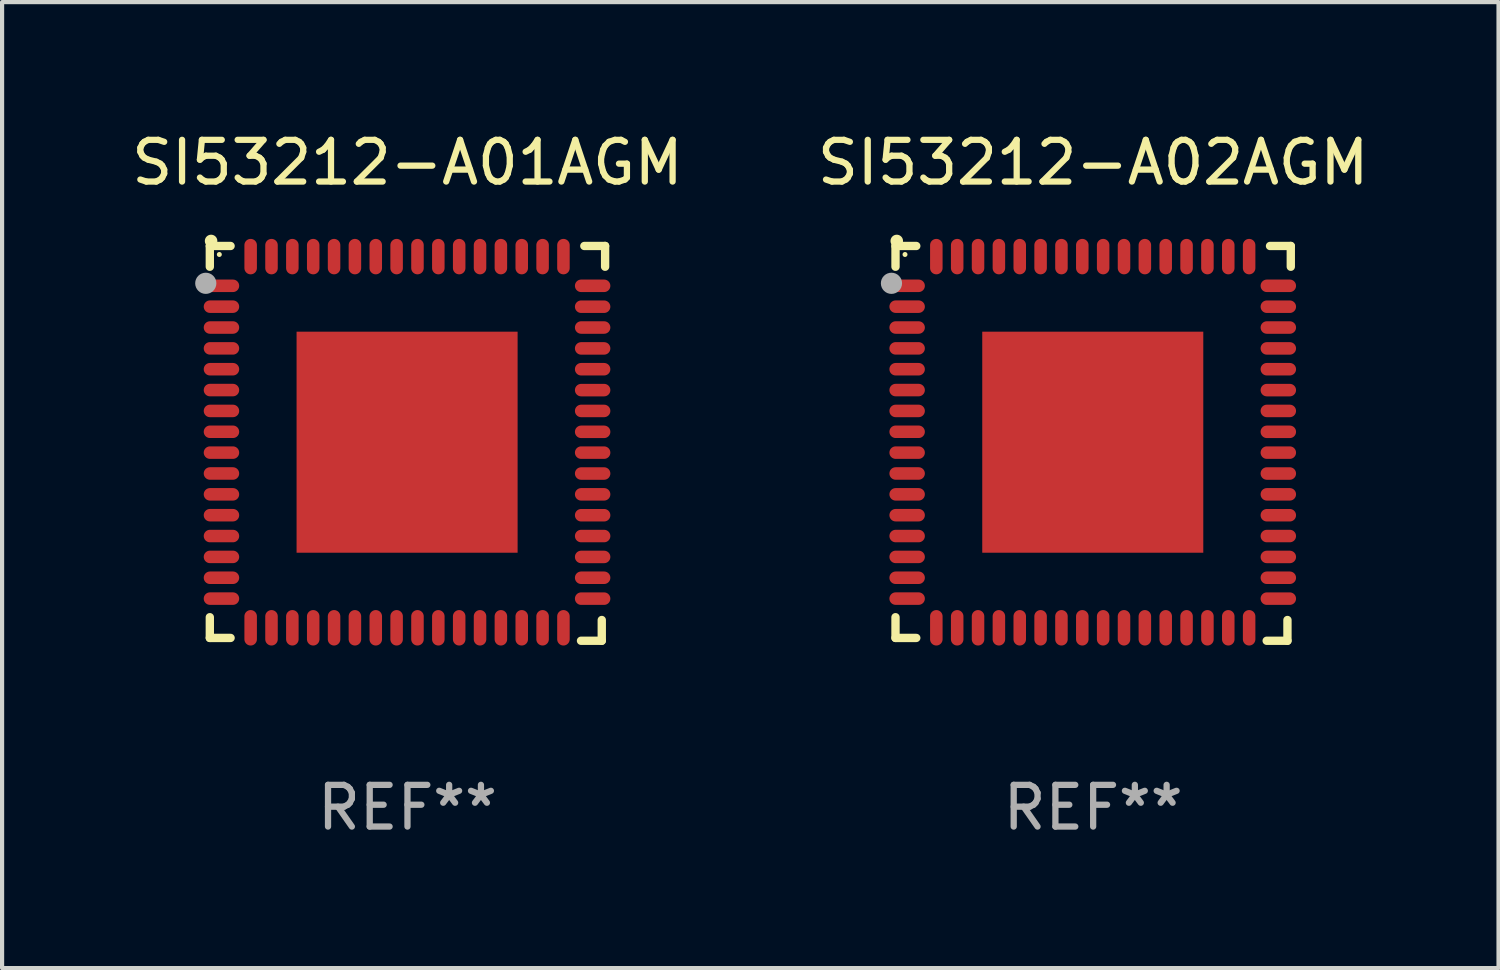
<source format=kicad_pcb>
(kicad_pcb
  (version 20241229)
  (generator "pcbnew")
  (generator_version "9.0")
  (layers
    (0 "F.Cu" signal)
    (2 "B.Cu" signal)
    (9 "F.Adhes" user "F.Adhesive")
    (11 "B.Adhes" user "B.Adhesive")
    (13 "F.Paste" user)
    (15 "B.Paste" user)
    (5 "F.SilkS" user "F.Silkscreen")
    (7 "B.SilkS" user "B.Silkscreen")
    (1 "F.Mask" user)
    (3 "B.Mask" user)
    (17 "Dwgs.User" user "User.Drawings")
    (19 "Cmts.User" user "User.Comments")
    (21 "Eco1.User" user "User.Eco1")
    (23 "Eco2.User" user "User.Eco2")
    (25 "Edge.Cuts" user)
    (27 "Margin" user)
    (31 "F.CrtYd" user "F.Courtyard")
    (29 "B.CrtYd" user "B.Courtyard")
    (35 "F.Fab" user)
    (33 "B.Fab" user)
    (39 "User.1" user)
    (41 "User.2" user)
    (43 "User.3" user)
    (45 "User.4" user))
  (footprint "SI53212-A01AGM"
    (layer "F.Cu")
    (at 6.72 7.581)
    (property "Reference" "SI53212-A01AGM" (at 0 -6.733 0) (layer "F.SilkS") (effects (font (size 1 1) (thickness 0.15))))
    (attr through_hole)
    (fp_line (start -4.739 -4.733) (end -4.241 -4.733) (stroke (width 0.2) (type solid)) (layer "F.SilkS"))
    (fp_line (start -4.739 -4.235) (end -4.739 -4.733) (stroke (width 0.2) (type solid)) (layer "F.SilkS"))
    (fp_line (start -4.739 4.168) (end -4.739 4.665) (stroke (width 0.2) (type solid)) (layer "F.SilkS"))
    (fp_line (start -4.739 4.665) (end -4.241 4.665) (stroke (width 0.2) (type solid)) (layer "F.SilkS"))
    (fp_line (start 4.161 4.733) (end 4.659 4.733) (stroke (width 0.2) (type solid)) (layer "F.SilkS"))
    (fp_line (start 4.241 -4.733) (end 4.739 -4.733) (stroke (width 0.2) (type solid)) (layer "F.SilkS"))
    (fp_line (start 4.659 4.733) (end 4.659 4.235) (stroke (width 0.2) (type solid)) (layer "F.SilkS"))
    (fp_line (start 4.739 -4.733) (end 4.739 -4.235) (stroke (width 0.2) (type solid)) (layer "F.SilkS"))
    (fp_arc (start -4.708623 -4.85108) (mid -4.708628 -4.85235) (end -4.708623 -4.85362) (stroke (width 0.3) (type solid)) (layer "F.SilkS"))
    (fp_circle (center -4.511 -4.529) (end -4.481 -4.529) (stroke (width 0.06) (type solid)) (fill no) (layer "F.SilkS"))
    (fp_circle (center -4.836 -3.838) (end -4.709 -3.838) (stroke (width 0.254) (type solid)) (fill no) (layer "F.Fab"))
    (fp_text user "REF**" (at 0 8.733 0) (layer "F.Fab") (effects (font (size 1 1) (thickness 0.15))))
    (pad "1" smd oval (at -4.46 -3.778) (size 0.85 0.3) (layers "F.Cu" "F.Mask" "F.Paste"))
    (pad "2" smd oval (at -4.46 -3.278) (size 0.85 0.3) (layers "F.Cu" "F.Mask" "F.Paste"))
    (pad "3" smd oval (at -4.46 -2.778) (size 0.85 0.3) (layers "F.Cu" "F.Mask" "F.Paste"))
    (pad "4" smd oval (at -4.46 -2.278) (size 0.85 0.3) (layers "F.Cu" "F.Mask" "F.Paste"))
    (pad "5" smd oval (at -4.46 -1.778) (size 0.85 0.3) (layers "F.Cu" "F.Mask" "F.Paste"))
    (pad "6" smd oval (at -4.46 -1.278) (size 0.85 0.3) (layers "F.Cu" "F.Mask" "F.Paste"))
    (pad "7" smd oval (at -4.46 -0.778) (size 0.85 0.3) (layers "F.Cu" "F.Mask" "F.Paste"))
    (pad "8" smd oval (at -4.46 -0.278) (size 0.85 0.3) (layers "F.Cu" "F.Mask" "F.Paste"))
    (pad "9" smd oval (at -4.46 0.222) (size 0.85 0.3) (layers "F.Cu" "F.Mask" "F.Paste"))
    (pad "10" smd oval (at -4.46 0.722) (size 0.85 0.3) (layers "F.Cu" "F.Mask" "F.Paste"))
    (pad "11" smd oval (at -4.46 1.222) (size 0.85 0.3) (layers "F.Cu" "F.Mask" "F.Paste"))
    (pad "12" smd oval (at -4.46 1.722) (size 0.85 0.3) (layers "F.Cu" "F.Mask" "F.Paste"))
    (pad "13" smd oval (at -4.46 2.222) (size 0.85 0.3) (layers "F.Cu" "F.Mask" "F.Paste"))
    (pad "14" smd oval (at -4.46 2.722) (size 0.85 0.3) (layers "F.Cu" "F.Mask" "F.Paste"))
    (pad "15" smd oval (at -4.46 3.222) (size 0.85 0.3) (layers "F.Cu" "F.Mask" "F.Paste"))
    (pad "16" smd oval (at -4.46 3.722) (size 0.85 0.3) (layers "F.Cu" "F.Mask" "F.Paste"))
    (pad "17" smd oval (at -3.76 4.422) (size 0.3 0.85) (layers "F.Cu" "F.Mask" "F.Paste"))
    (pad "18" smd oval (at -3.26 4.422) (size 0.3 0.85) (layers "F.Cu" "F.Mask" "F.Paste"))
    (pad "19" smd oval (at -2.76 4.422) (size 0.3 0.85) (layers "F.Cu" "F.Mask" "F.Paste"))
    (pad "20" smd oval (at -2.26 4.422) (size 0.3 0.85) (layers "F.Cu" "F.Mask" "F.Paste"))
    (pad "21" smd oval (at -1.76 4.422) (size 0.3 0.85) (layers "F.Cu" "F.Mask" "F.Paste"))
    (pad "22" smd oval (at -1.26 4.422) (size 0.3 0.85) (layers "F.Cu" "F.Mask" "F.Paste"))
    (pad "23" smd oval (at -0.76 4.422) (size 0.3 0.85) (layers "F.Cu" "F.Mask" "F.Paste"))
    (pad "24" smd oval (at -0.26 4.422) (size 0.3 0.85) (layers "F.Cu" "F.Mask" "F.Paste"))
    (pad "25" smd oval (at 0.24 4.422) (size 0.3 0.85) (layers "F.Cu" "F.Mask" "F.Paste"))
    (pad "26" smd oval (at 0.74 4.422) (size 0.3 0.85) (layers "F.Cu" "F.Mask" "F.Paste"))
    (pad "27" smd oval (at 1.24 4.422) (size 0.3 0.85) (layers "F.Cu" "F.Mask" "F.Paste"))
    (pad "28" smd oval (at 1.74 4.422) (size 0.3 0.85) (layers "F.Cu" "F.Mask" "F.Paste"))
    (pad "29" smd oval (at 2.24 4.422) (size 0.3 0.85) (layers "F.Cu" "F.Mask" "F.Paste"))
    (pad "30" smd oval (at 2.74 4.422) (size 0.3 0.85) (layers "F.Cu" "F.Mask" "F.Paste"))
    (pad "31" smd oval (at 3.24 4.422) (size 0.3 0.85) (layers "F.Cu" "F.Mask" "F.Paste"))
    (pad "32" smd oval (at 3.74 4.422) (size 0.3 0.85) (layers "F.Cu" "F.Mask" "F.Paste"))
    (pad "33" smd oval (at 4.44 3.723) (size 0.85 0.3) (layers "F.Cu" "F.Mask" "F.Paste"))
    (pad "34" smd oval (at 4.44 3.222) (size 0.85 0.3) (layers "F.Cu" "F.Mask" "F.Paste"))
    (pad "35" smd oval (at 4.44 2.723) (size 0.85 0.3) (layers "F.Cu" "F.Mask" "F.Paste"))
    (pad "36" smd oval (at 4.44 2.222) (size 0.85 0.3) (layers "F.Cu" "F.Mask" "F.Paste"))
    (pad "37" smd oval (at 4.44 1.723) (size 0.85 0.3) (layers "F.Cu" "F.Mask" "F.Paste"))
    (pad "38" smd oval (at 4.44 1.222) (size 0.85 0.3) (layers "F.Cu" "F.Mask" "F.Paste"))
    (pad "39" smd oval (at 4.44 0.723) (size 0.85 0.3) (layers "F.Cu" "F.Mask" "F.Paste"))
    (pad "40" smd oval (at 4.44 0.222) (size 0.85 0.3) (layers "F.Cu" "F.Mask" "F.Paste"))
    (pad "41" smd oval (at 4.44 -0.277) (size 0.85 0.3) (layers "F.Cu" "F.Mask" "F.Paste"))
    (pad "42" smd oval (at 4.44 -0.778) (size 0.85 0.3) (layers "F.Cu" "F.Mask" "F.Paste"))
    (pad "43" smd oval (at 4.44 -1.277) (size 0.85 0.3) (layers "F.Cu" "F.Mask" "F.Paste"))
    (pad "44" smd oval (at 4.44 -1.778) (size 0.85 0.3) (layers "F.Cu" "F.Mask" "F.Paste"))
    (pad "45" smd oval (at 4.44 -2.277) (size 0.85 0.3) (layers "F.Cu" "F.Mask" "F.Paste"))
    (pad "46" smd oval (at 4.44 -2.778) (size 0.85 0.3) (layers "F.Cu" "F.Mask" "F.Paste"))
    (pad "47" smd oval (at 4.44 -3.277) (size 0.85 0.3) (layers "F.Cu" "F.Mask" "F.Paste"))
    (pad "48" smd oval (at 4.44 -3.778) (size 0.85 0.3) (layers "F.Cu" "F.Mask" "F.Paste"))
    (pad "49" smd oval (at 3.74 -4.478) (size 0.3 0.85) (layers "F.Cu" "F.Mask" "F.Paste"))
    (pad "50" smd oval (at 3.24 -4.478) (size 0.3 0.85) (layers "F.Cu" "F.Mask" "F.Paste"))
    (pad "51" smd oval (at 2.74 -4.478) (size 0.3 0.85) (layers "F.Cu" "F.Mask" "F.Paste"))
    (pad "52" smd oval (at 2.24 -4.478) (size 0.3 0.85) (layers "F.Cu" "F.Mask" "F.Paste"))
    (pad "53" smd oval (at 1.74 -4.478) (size 0.3 0.85) (layers "F.Cu" "F.Mask" "F.Paste"))
    (pad "54" smd oval (at 1.24 -4.478) (size 0.3 0.85) (layers "F.Cu" "F.Mask" "F.Paste"))
    (pad "55" smd oval (at 0.74 -4.478) (size 0.3 0.85) (layers "F.Cu" "F.Mask" "F.Paste"))
    (pad "56" smd oval (at 0.24 -4.478) (size 0.3 0.85) (layers "F.Cu" "F.Mask" "F.Paste"))
    (pad "57" smd oval (at -0.26 -4.478) (size 0.3 0.85) (layers "F.Cu" "F.Mask" "F.Paste"))
    (pad "58" smd oval (at -0.76 -4.478) (size 0.3 0.85) (layers "F.Cu" "F.Mask" "F.Paste"))
    (pad "59" smd oval (at -1.26 -4.478) (size 0.3 0.85) (layers "F.Cu" "F.Mask" "F.Paste"))
    (pad "60" smd oval (at -1.76 -4.478) (size 0.3 0.85) (layers "F.Cu" "F.Mask" "F.Paste"))
    (pad "61" smd oval (at -2.26 -4.478) (size 0.3 0.85) (layers "F.Cu" "F.Mask" "F.Paste"))
    (pad "62" smd oval (at -2.76 -4.478) (size 0.3 0.85) (layers "F.Cu" "F.Mask" "F.Paste"))
    (pad "63" smd oval (at -3.26 -4.478) (size 0.3 0.85) (layers "F.Cu" "F.Mask" "F.Paste"))
    (pad "64" smd oval (at -3.76 -4.478) (size 0.3 0.85) (layers "F.Cu" "F.Mask" "F.Paste"))
    (pad "65" smd rect (at -0.009 -0.028 90) (size 5.3 5.3) (layers "F.Cu" "F.Mask" "F.Paste")))
  (footprint "SI53212-A02AGM"
    (layer "F.Cu")
    (at 23.161 7.581)
    (property "Reference" "SI53212-A02AGM" (at 0 -6.733 0) (layer "F.SilkS") (effects (font (size 1 1) (thickness 0.15))))
    (attr through_hole)
    (fp_line (start -4.739 -4.733) (end -4.241 -4.733) (stroke (width 0.2) (type solid)) (layer "F.SilkS"))
    (fp_line (start -4.739 -4.235) (end -4.739 -4.733) (stroke (width 0.2) (type solid)) (layer "F.SilkS"))
    (fp_line (start -4.739 4.168) (end -4.739 4.665) (stroke (width 0.2) (type solid)) (layer "F.SilkS"))
    (fp_line (start -4.739 4.665) (end -4.241 4.665) (stroke (width 0.2) (type solid)) (layer "F.SilkS"))
    (fp_line (start 4.161 4.733) (end 4.659 4.733) (stroke (width 0.2) (type solid)) (layer "F.SilkS"))
    (fp_line (start 4.241 -4.733) (end 4.739 -4.733) (stroke (width 0.2) (type solid)) (layer "F.SilkS"))
    (fp_line (start 4.659 4.733) (end 4.659 4.235) (stroke (width 0.2) (type solid)) (layer "F.SilkS"))
    (fp_line (start 4.739 -4.733) (end 4.739 -4.235) (stroke (width 0.2) (type solid)) (layer "F.SilkS"))
    (fp_arc (start -4.708623 -4.85108) (mid -4.708628 -4.85235) (end -4.708623 -4.85362) (stroke (width 0.3) (type solid)) (layer "F.SilkS"))
    (fp_circle (center -4.511 -4.529) (end -4.481 -4.529) (stroke (width 0.06) (type solid)) (fill no) (layer "F.SilkS"))
    (fp_circle (center -4.836 -3.838) (end -4.709 -3.838) (stroke (width 0.254) (type solid)) (fill no) (layer "F.Fab"))
    (fp_text user "REF**" (at 0 8.733 0) (layer "F.Fab") (effects (font (size 1 1) (thickness 0.15))))
    (pad "1" smd oval (at -4.46 -3.778) (size 0.85 0.3) (layers "F.Cu" "F.Mask" "F.Paste"))
    (pad "2" smd oval (at -4.46 -3.278) (size 0.85 0.3) (layers "F.Cu" "F.Mask" "F.Paste"))
    (pad "3" smd oval (at -4.46 -2.778) (size 0.85 0.3) (layers "F.Cu" "F.Mask" "F.Paste"))
    (pad "4" smd oval (at -4.46 -2.278) (size 0.85 0.3) (layers "F.Cu" "F.Mask" "F.Paste"))
    (pad "5" smd oval (at -4.46 -1.778) (size 0.85 0.3) (layers "F.Cu" "F.Mask" "F.Paste"))
    (pad "6" smd oval (at -4.46 -1.278) (size 0.85 0.3) (layers "F.Cu" "F.Mask" "F.Paste"))
    (pad "7" smd oval (at -4.46 -0.778) (size 0.85 0.3) (layers "F.Cu" "F.Mask" "F.Paste"))
    (pad "8" smd oval (at -4.46 -0.278) (size 0.85 0.3) (layers "F.Cu" "F.Mask" "F.Paste"))
    (pad "9" smd oval (at -4.46 0.222) (size 0.85 0.3) (layers "F.Cu" "F.Mask" "F.Paste"))
    (pad "10" smd oval (at -4.46 0.722) (size 0.85 0.3) (layers "F.Cu" "F.Mask" "F.Paste"))
    (pad "11" smd oval (at -4.46 1.222) (size 0.85 0.3) (layers "F.Cu" "F.Mask" "F.Paste"))
    (pad "12" smd oval (at -4.46 1.722) (size 0.85 0.3) (layers "F.Cu" "F.Mask" "F.Paste"))
    (pad "13" smd oval (at -4.46 2.222) (size 0.85 0.3) (layers "F.Cu" "F.Mask" "F.Paste"))
    (pad "14" smd oval (at -4.46 2.722) (size 0.85 0.3) (layers "F.Cu" "F.Mask" "F.Paste"))
    (pad "15" smd oval (at -4.46 3.222) (size 0.85 0.3) (layers "F.Cu" "F.Mask" "F.Paste"))
    (pad "16" smd oval (at -4.46 3.722) (size 0.85 0.3) (layers "F.Cu" "F.Mask" "F.Paste"))
    (pad "17" smd oval (at -3.76 4.422) (size 0.3 0.85) (layers "F.Cu" "F.Mask" "F.Paste"))
    (pad "18" smd oval (at -3.26 4.422) (size 0.3 0.85) (layers "F.Cu" "F.Mask" "F.Paste"))
    (pad "19" smd oval (at -2.76 4.422) (size 0.3 0.85) (layers "F.Cu" "F.Mask" "F.Paste"))
    (pad "20" smd oval (at -2.26 4.422) (size 0.3 0.85) (layers "F.Cu" "F.Mask" "F.Paste"))
    (pad "21" smd oval (at -1.76 4.422) (size 0.3 0.85) (layers "F.Cu" "F.Mask" "F.Paste"))
    (pad "22" smd oval (at -1.26 4.422) (size 0.3 0.85) (layers "F.Cu" "F.Mask" "F.Paste"))
    (pad "23" smd oval (at -0.76 4.422) (size 0.3 0.85) (layers "F.Cu" "F.Mask" "F.Paste"))
    (pad "24" smd oval (at -0.26 4.422) (size 0.3 0.85) (layers "F.Cu" "F.Mask" "F.Paste"))
    (pad "25" smd oval (at 0.24 4.422) (size 0.3 0.85) (layers "F.Cu" "F.Mask" "F.Paste"))
    (pad "26" smd oval (at 0.74 4.422) (size 0.3 0.85) (layers "F.Cu" "F.Mask" "F.Paste"))
    (pad "27" smd oval (at 1.24 4.422) (size 0.3 0.85) (layers "F.Cu" "F.Mask" "F.Paste"))
    (pad "28" smd oval (at 1.74 4.422) (size 0.3 0.85) (layers "F.Cu" "F.Mask" "F.Paste"))
    (pad "29" smd oval (at 2.24 4.422) (size 0.3 0.85) (layers "F.Cu" "F.Mask" "F.Paste"))
    (pad "30" smd oval (at 2.74 4.422) (size 0.3 0.85) (layers "F.Cu" "F.Mask" "F.Paste"))
    (pad "31" smd oval (at 3.24 4.422) (size 0.3 0.85) (layers "F.Cu" "F.Mask" "F.Paste"))
    (pad "32" smd oval (at 3.74 4.422) (size 0.3 0.85) (layers "F.Cu" "F.Mask" "F.Paste"))
    (pad "33" smd oval (at 4.44 3.723) (size 0.85 0.3) (layers "F.Cu" "F.Mask" "F.Paste"))
    (pad "34" smd oval (at 4.44 3.222) (size 0.85 0.3) (layers "F.Cu" "F.Mask" "F.Paste"))
    (pad "35" smd oval (at 4.44 2.723) (size 0.85 0.3) (layers "F.Cu" "F.Mask" "F.Paste"))
    (pad "36" smd oval (at 4.44 2.222) (size 0.85 0.3) (layers "F.Cu" "F.Mask" "F.Paste"))
    (pad "37" smd oval (at 4.44 1.723) (size 0.85 0.3) (layers "F.Cu" "F.Mask" "F.Paste"))
    (pad "38" smd oval (at 4.44 1.222) (size 0.85 0.3) (layers "F.Cu" "F.Mask" "F.Paste"))
    (pad "39" smd oval (at 4.44 0.723) (size 0.85 0.3) (layers "F.Cu" "F.Mask" "F.Paste"))
    (pad "40" smd oval (at 4.44 0.222) (size 0.85 0.3) (layers "F.Cu" "F.Mask" "F.Paste"))
    (pad "41" smd oval (at 4.44 -0.277) (size 0.85 0.3) (layers "F.Cu" "F.Mask" "F.Paste"))
    (pad "42" smd oval (at 4.44 -0.778) (size 0.85 0.3) (layers "F.Cu" "F.Mask" "F.Paste"))
    (pad "43" smd oval (at 4.44 -1.277) (size 0.85 0.3) (layers "F.Cu" "F.Mask" "F.Paste"))
    (pad "44" smd oval (at 4.44 -1.778) (size 0.85 0.3) (layers "F.Cu" "F.Mask" "F.Paste"))
    (pad "45" smd oval (at 4.44 -2.277) (size 0.85 0.3) (layers "F.Cu" "F.Mask" "F.Paste"))
    (pad "46" smd oval (at 4.44 -2.778) (size 0.85 0.3) (layers "F.Cu" "F.Mask" "F.Paste"))
    (pad "47" smd oval (at 4.44 -3.277) (size 0.85 0.3) (layers "F.Cu" "F.Mask" "F.Paste"))
    (pad "48" smd oval (at 4.44 -3.778) (size 0.85 0.3) (layers "F.Cu" "F.Mask" "F.Paste"))
    (pad "49" smd oval (at 3.74 -4.478) (size 0.3 0.85) (layers "F.Cu" "F.Mask" "F.Paste"))
    (pad "50" smd oval (at 3.24 -4.478) (size 0.3 0.85) (layers "F.Cu" "F.Mask" "F.Paste"))
    (pad "51" smd oval (at 2.74 -4.478) (size 0.3 0.85) (layers "F.Cu" "F.Mask" "F.Paste"))
    (pad "52" smd oval (at 2.24 -4.478) (size 0.3 0.85) (layers "F.Cu" "F.Mask" "F.Paste"))
    (pad "53" smd oval (at 1.74 -4.478) (size 0.3 0.85) (layers "F.Cu" "F.Mask" "F.Paste"))
    (pad "54" smd oval (at 1.24 -4.478) (size 0.3 0.85) (layers "F.Cu" "F.Mask" "F.Paste"))
    (pad "55" smd oval (at 0.74 -4.478) (size 0.3 0.85) (layers "F.Cu" "F.Mask" "F.Paste"))
    (pad "56" smd oval (at 0.24 -4.478) (size 0.3 0.85) (layers "F.Cu" "F.Mask" "F.Paste"))
    (pad "57" smd oval (at -0.26 -4.478) (size 0.3 0.85) (layers "F.Cu" "F.Mask" "F.Paste"))
    (pad "58" smd oval (at -0.76 -4.478) (size 0.3 0.85) (layers "F.Cu" "F.Mask" "F.Paste"))
    (pad "59" smd oval (at -1.26 -4.478) (size 0.3 0.85) (layers "F.Cu" "F.Mask" "F.Paste"))
    (pad "60" smd oval (at -1.76 -4.478) (size 0.3 0.85) (layers "F.Cu" "F.Mask" "F.Paste"))
    (pad "61" smd oval (at -2.26 -4.478) (size 0.3 0.85) (layers "F.Cu" "F.Mask" "F.Paste"))
    (pad "62" smd oval (at -2.76 -4.478) (size 0.3 0.85) (layers "F.Cu" "F.Mask" "F.Paste"))
    (pad "63" smd oval (at -3.26 -4.478) (size 0.3 0.85) (layers "F.Cu" "F.Mask" "F.Paste"))
    (pad "64" smd oval (at -3.76 -4.478) (size 0.3 0.85) (layers "F.Cu" "F.Mask" "F.Paste"))
    (pad "65" smd rect (at -0.009 -0.028 90) (size 5.3 5.3) (layers "F.Cu" "F.Mask" "F.Paste")))
  (gr_rect
    (start -3 -3)
    (end 32.881 20.162)
    (stroke (width 0.1) (type default))
    (fill no)
    (layer "Edge.Cuts")))
</source>
